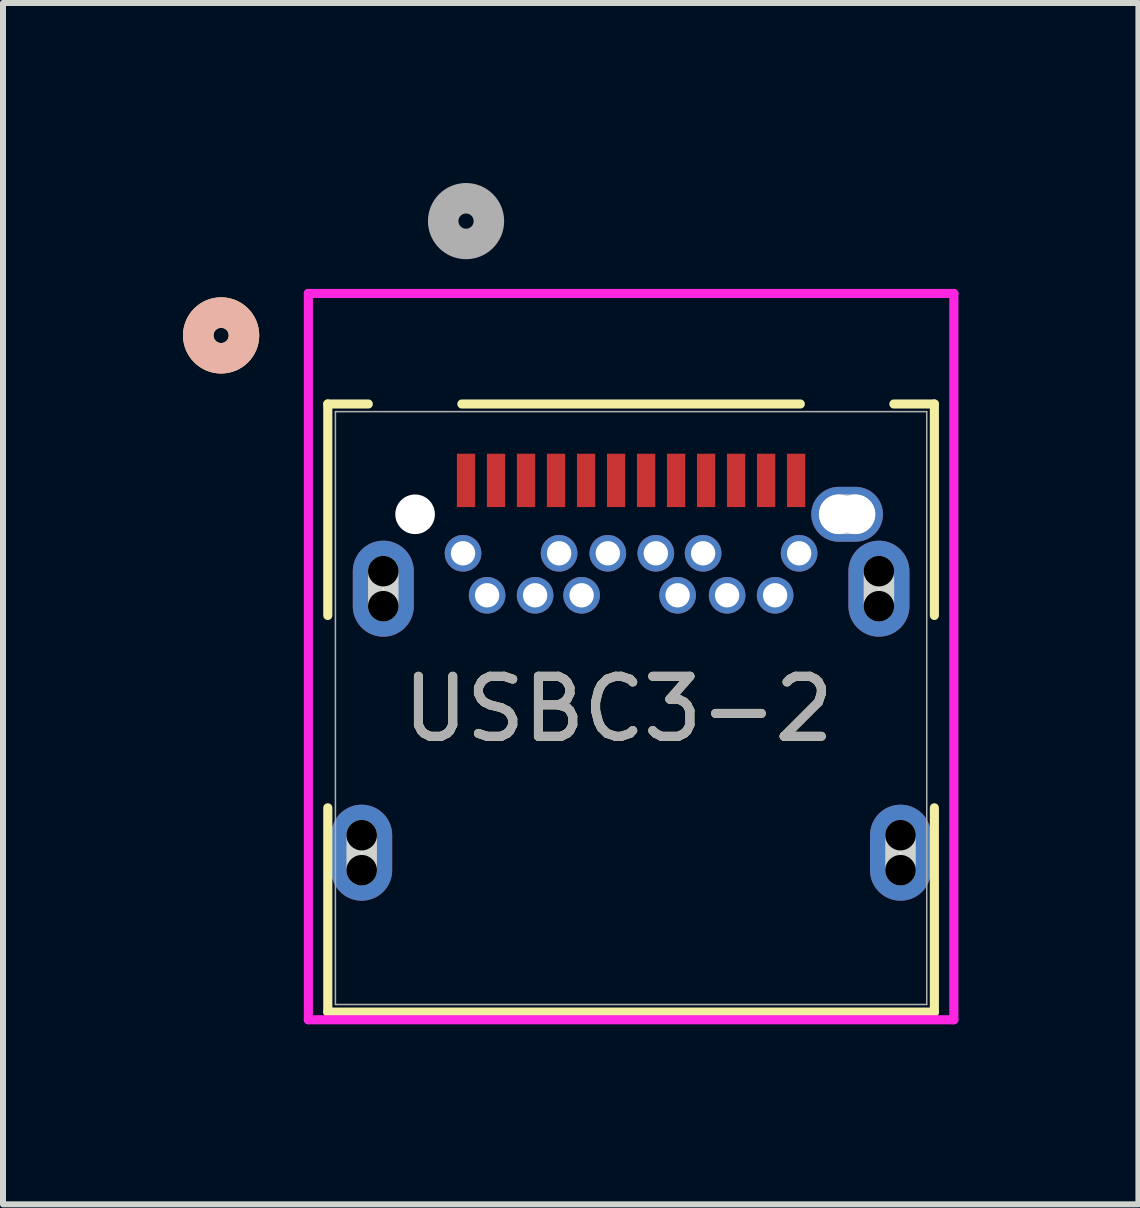
<source format=kicad_pcb>
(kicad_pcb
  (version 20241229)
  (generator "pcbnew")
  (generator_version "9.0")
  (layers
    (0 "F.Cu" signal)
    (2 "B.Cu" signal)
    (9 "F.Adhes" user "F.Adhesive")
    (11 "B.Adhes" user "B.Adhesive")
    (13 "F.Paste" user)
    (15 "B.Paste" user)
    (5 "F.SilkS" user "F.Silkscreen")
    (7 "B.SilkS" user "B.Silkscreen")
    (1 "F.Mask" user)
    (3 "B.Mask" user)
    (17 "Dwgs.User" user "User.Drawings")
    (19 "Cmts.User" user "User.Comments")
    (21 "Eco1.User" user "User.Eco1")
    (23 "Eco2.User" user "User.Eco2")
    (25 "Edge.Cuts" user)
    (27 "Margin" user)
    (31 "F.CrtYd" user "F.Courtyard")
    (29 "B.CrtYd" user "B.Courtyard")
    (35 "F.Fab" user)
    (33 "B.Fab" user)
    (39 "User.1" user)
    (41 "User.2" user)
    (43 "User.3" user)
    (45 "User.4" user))
  (footprint "USBC3-2"
    (layer "F.Cu")
    (at 4.717 4.956)
    (property "Reference" "USBC3-2" (at 2.54 3.81 0) (unlocked yes) (layer "F.SilkS") (effects (font (size 1 1) (thickness 0.15))))
    (attr through_hole)
    (fp_line (start -2.304 -1.273) (end -2.304 2.251) (stroke (width 0.152) (type solid)) (layer "F.SilkS"))
    (fp_line (start -2.304 5.457) (end -2.304 8.862) (stroke (width 0.152) (type solid)) (layer "F.SilkS"))
    (fp_line (start -2.304 8.862) (end 7.805 8.862) (stroke (width 0.152) (type solid)) (layer "F.SilkS"))
    (fp_line (start -1.629 -1.273) (end -2.304 -1.273) (stroke (width 0.152) (type solid)) (layer "F.SilkS"))
    (fp_line (start 5.571 -1.273) (end -0.07 -1.273) (stroke (width 0.152) (type solid)) (layer "F.SilkS"))
    (fp_line (start 7.805 -1.273) (end 7.13 -1.273) (stroke (width 0.152) (type solid)) (layer "F.SilkS"))
    (fp_line (start 7.805 2.251) (end 7.805 -1.273) (stroke (width 0.152) (type solid)) (layer "F.SilkS"))
    (fp_line (start 7.805 8.862) (end 7.805 5.457) (stroke (width 0.152) (type solid)) (layer "F.SilkS"))
    (fp_circle (center -4.082 -2.416) (end -3.701 -2.416) (stroke (width 0.508) (type solid)) (fill no) (layer "F.SilkS"))
    (fp_circle (center -4.082 -2.416) (end -3.701 -2.416) (stroke (width 0.508) (type solid)) (fill no) (layer "B.SilkS"))
    (fp_line (start -1.739 6.497) (end -1.739 5.913) (stroke (width 0.508) (type solid)) (layer "Edge.Cuts"))
    (fp_line (start -1.379 2.097) (end -1.379 1.513) (stroke (width 0.508) (type solid)) (layer "Edge.Cuts"))
    (fp_line (start 6.211 0.565) (end 6.49 0.565) (stroke (width 0.66) (type solid)) (layer "Edge.Cuts"))
    (fp_line (start 6.881 2.097) (end 6.881 1.513) (stroke (width 0.508) (type solid)) (layer "Edge.Cuts"))
    (fp_line (start 7.241 6.497) (end 7.241 5.913) (stroke (width 0.508) (type solid)) (layer "Edge.Cuts"))
    (fp_line (start -2.628 -3.115) (end -2.628 8.989) (stroke (width 0.152) (type solid)) (layer "F.CrtYd"))
    (fp_line (start -2.628 8.989) (end 8.13 8.989) (stroke (width 0.152) (type solid)) (layer "F.CrtYd"))
    (fp_line (start 8.13 -3.115) (end -2.628 -3.115) (stroke (width 0.152) (type solid)) (layer "F.CrtYd"))
    (fp_line (start 8.13 8.989) (end 8.13 -3.115) (stroke (width 0.152) (type solid)) (layer "F.CrtYd"))
    (fp_line (start -2.177 -1.146) (end -2.177 8.735) (stroke (width 0.025) (type solid)) (layer "F.Fab"))
    (fp_line (start -2.177 8.735) (end 7.678 8.735) (stroke (width 0.025) (type solid)) (layer "F.Fab"))
    (fp_line (start 7.678 -1.146) (end -2.177 -1.146) (stroke (width 0.025) (type solid)) (layer "F.Fab"))
    (fp_line (start 7.678 8.735) (end 7.678 -1.146) (stroke (width 0.025) (type solid)) (layer "F.Fab"))
    (fp_circle (center 0 -4.321) (end 0.381 -4.321) (stroke (width 0.508) (type solid)) (fill no) (layer "F.Fab"))
    (fp_text user "${REFERENCE}" (at 2.54 3.81 0) (unlocked yes) (layer "F.Fab") (effects (font (size 1 1) (thickness 0.15))))
    (pad "" np_thru_hole circle (at -1.739 5.913) (size 0.508 0.508) (drill 0.508) (layers))
    (pad "" np_thru_hole circle (at -1.739 6.497) (size 0.508 0.508) (drill 0.508) (layers))
    (pad "" np_thru_hole circle (at -1.379 1.513) (size 0.508 0.508) (drill 0.508) (layers))
    (pad "" np_thru_hole circle (at -1.379 2.097) (size 0.508 0.508) (drill 0.508) (layers))
    (pad "" np_thru_hole circle (at -0.849 0.565) (size 0.66 0.66) (drill 0.66) (layers "*.Cu" "*.Mask"))
    (pad "" np_thru_hole circle (at 6.211 0.565) (size 0.66 0.66) (drill 0.66) (layers "*.Cu" "*.Mask"))
    (pad "" np_thru_hole circle (at 6.49 0.565) (size 0.66 0.66) (drill 0.66) (layers "*.Cu" "*.Mask"))
    (pad "" np_thru_hole circle (at 6.881 1.513) (size 0.508 0.508) (drill 0.508) (layers))
    (pad "" np_thru_hole circle (at 6.881 2.097) (size 0.508 0.508) (drill 0.508) (layers))
    (pad "" np_thru_hole circle (at 7.241 5.913) (size 0.508 0.508) (drill 0.508) (layers))
    (pad "" np_thru_hole circle (at 7.241 6.497) (size 0.508 0.508) (drill 0.508) (layers))
    (pad "25" thru_hole oval (at -1.379 1.805 90) (size 1.6 1.016) (drill 0.025) (layers "*.Cu" "*.Mask"))
    (pad "26" thru_hole oval (at -1.739 6.205 90) (size 1.6 1.016) (drill 0.025) (layers "*.Cu" "*.Mask"))
    (pad "27" thru_hole oval (at 6.881 1.805 90) (size 1.6 1.016) (drill 0.025) (layers "*.Cu" "*.Mask"))
    (pad "28" thru_hole oval (at 7.241 6.205 90) (size 1.6 1.016) (drill 0.025) (layers "*.Cu" "*.Mask"))
    (pad "29" thru_hole oval (at 6.351 0.565) (size 1.194 0.914) (drill 0.025) (layers "*.Cu" "*.Mask"))
    (pad "A1" smd rect (at 0 0) (size 0.305 0.889) (layers "F.Cu" "F.Mask" "F.Paste"))
    (pad "A2" smd rect (at 0.5 0) (size 0.305 0.889) (layers "F.Cu" "F.Mask" "F.Paste"))
    (pad "A3" smd rect (at 1 0) (size 0.305 0.889) (layers "F.Cu" "F.Mask" "F.Paste"))
    (pad "A4" smd rect (at 1.5 0) (size 0.305 0.889) (layers "F.Cu" "F.Mask" "F.Paste"))
    (pad "A5" smd rect (at 2.001 0) (size 0.305 0.889) (layers "F.Cu" "F.Mask" "F.Paste"))
    (pad "A6" smd rect (at 2.501 0) (size 0.305 0.889) (layers "F.Cu" "F.Mask" "F.Paste"))
    (pad "A7" smd rect (at 3.001 0) (size 0.305 0.889) (layers "F.Cu" "F.Mask" "F.Paste"))
    (pad "A8" smd rect (at 3.501 0) (size 0.305 0.889) (layers "F.Cu" "F.Mask" "F.Paste"))
    (pad "A9" smd rect (at 4.001 0) (size 0.305 0.889) (layers "F.Cu" "F.Mask" "F.Paste"))
    (pad "A10" smd rect (at 4.501 0) (size 0.305 0.889) (layers "F.Cu" "F.Mask" "F.Paste"))
    (pad "A11" smd rect (at 5.001 0) (size 0.305 0.889) (layers "F.Cu" "F.Mask" "F.Paste"))
    (pad "A12" smd rect (at 5.501 0) (size 0.305 0.889) (layers "F.Cu" "F.Mask" "F.Paste"))
    (pad "B1" thru_hole circle (at 5.551 1.215) (size 0.61 0.61) (drill 0.406) (layers "*.Cu" "*.Mask"))
    (pad "B2" thru_hole circle (at 5.151 1.915) (size 0.61 0.61) (drill 0.406) (layers "*.Cu" "*.Mask"))
    (pad "B3" thru_hole circle (at 4.351 1.915) (size 0.61 0.61) (drill 0.406) (layers "*.Cu" "*.Mask"))
    (pad "B4" thru_hole circle (at 3.951 1.215) (size 0.61 0.61) (drill 0.406) (layers "*.Cu" "*.Mask"))
    (pad "B5" thru_hole circle (at 3.526 1.915) (size 0.61 0.61) (drill 0.406) (layers "*.Cu" "*.Mask"))
    (pad "B6" thru_hole circle (at 3.163 1.215) (size 0.61 0.61) (drill 0.406) (layers "*.Cu" "*.Mask"))
    (pad "B7" thru_hole circle (at 2.363 1.215) (size 0.61 0.61) (drill 0.406) (layers "*.Cu" "*.Mask"))
    (pad "B8" thru_hole circle (at 1.926 1.915) (size 0.61 0.61) (drill 0.406) (layers "*.Cu" "*.Mask"))
    (pad "B9" thru_hole circle (at 1.551 1.215) (size 0.61 0.61) (drill 0.406) (layers "*.Cu" "*.Mask"))
    (pad "B10" thru_hole circle (at 1.151 1.915) (size 0.61 0.61) (drill 0.406) (layers "*.Cu" "*.Mask"))
    (pad "B11" thru_hole circle (at 0.351 1.915) (size 0.61 0.61) (drill 0.406) (layers "*.Cu" "*.Mask"))
    (pad "B12" thru_hole circle (at -0.05 1.215) (size 0.61 0.61) (drill 0.406) (layers "*.Cu" "*.Mask")))
  (gr_rect
    (start -3 -3)
    (end 15.923 17.021)
    (stroke (width 0.1) (type default))
    (fill no)
    (layer "Edge.Cuts")))
</source>
